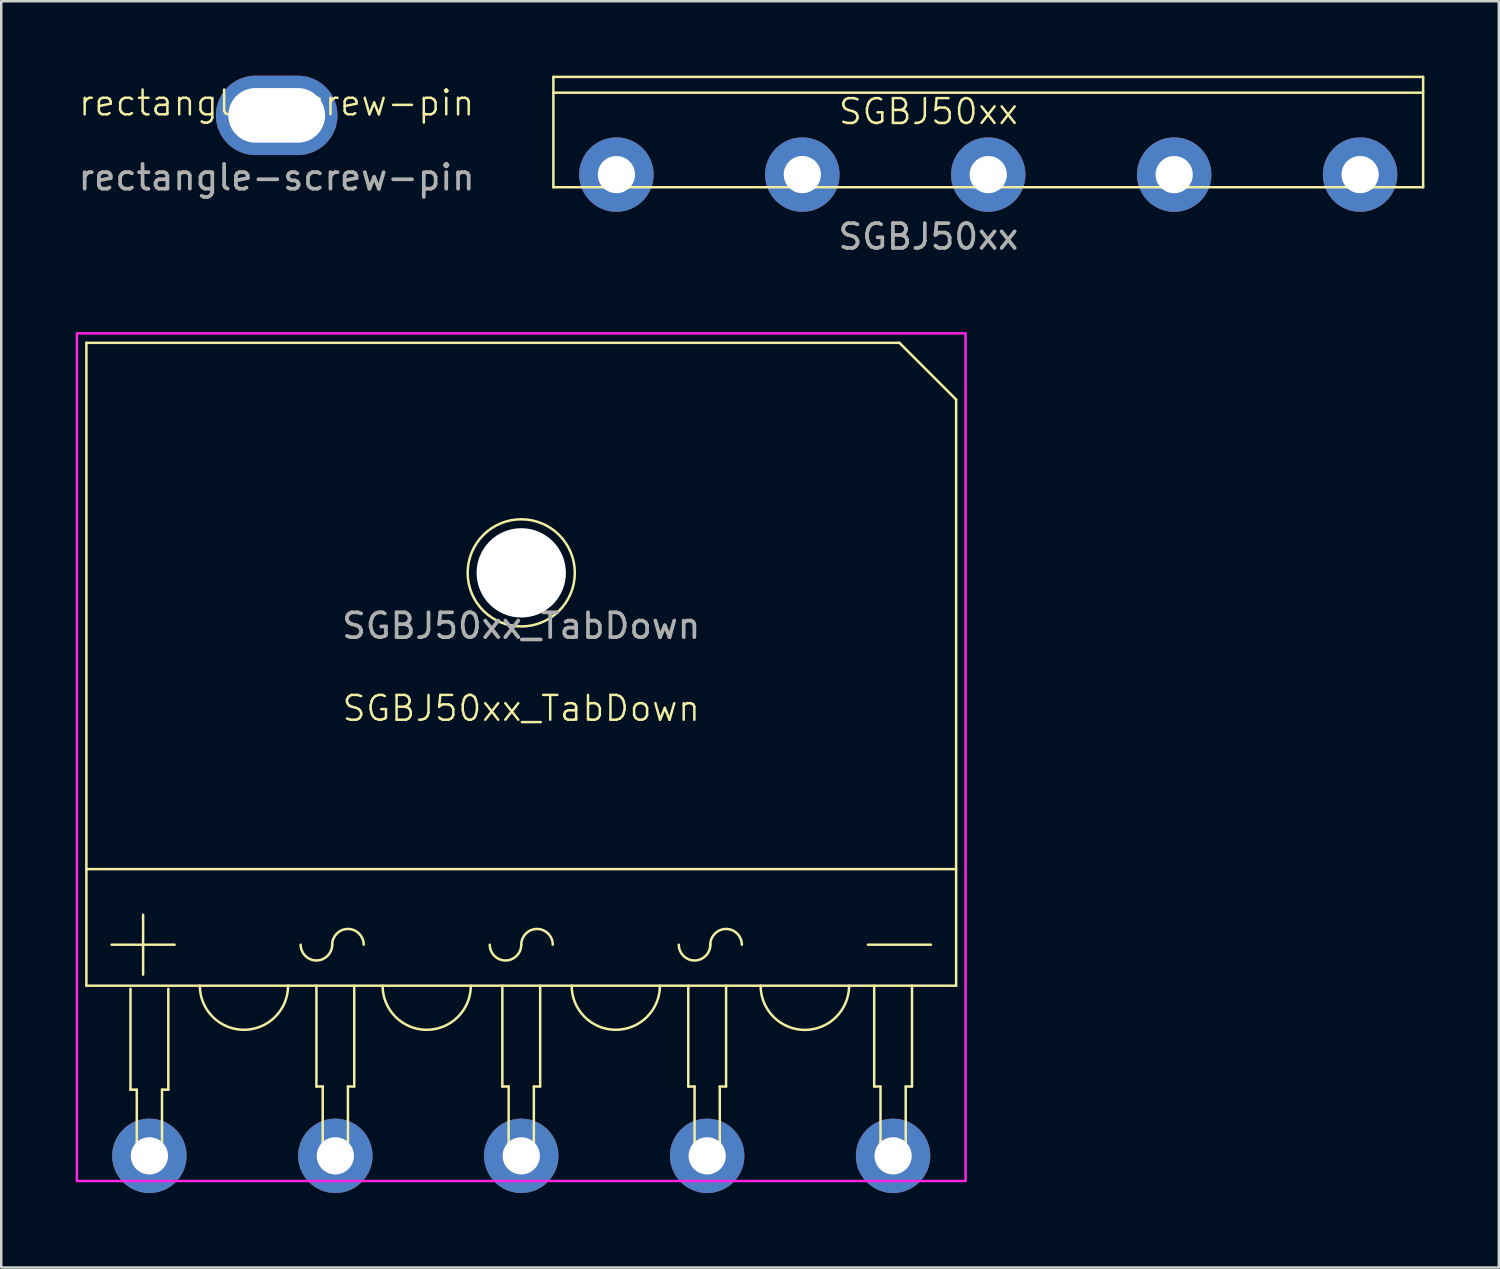
<source format=kicad_pcb>
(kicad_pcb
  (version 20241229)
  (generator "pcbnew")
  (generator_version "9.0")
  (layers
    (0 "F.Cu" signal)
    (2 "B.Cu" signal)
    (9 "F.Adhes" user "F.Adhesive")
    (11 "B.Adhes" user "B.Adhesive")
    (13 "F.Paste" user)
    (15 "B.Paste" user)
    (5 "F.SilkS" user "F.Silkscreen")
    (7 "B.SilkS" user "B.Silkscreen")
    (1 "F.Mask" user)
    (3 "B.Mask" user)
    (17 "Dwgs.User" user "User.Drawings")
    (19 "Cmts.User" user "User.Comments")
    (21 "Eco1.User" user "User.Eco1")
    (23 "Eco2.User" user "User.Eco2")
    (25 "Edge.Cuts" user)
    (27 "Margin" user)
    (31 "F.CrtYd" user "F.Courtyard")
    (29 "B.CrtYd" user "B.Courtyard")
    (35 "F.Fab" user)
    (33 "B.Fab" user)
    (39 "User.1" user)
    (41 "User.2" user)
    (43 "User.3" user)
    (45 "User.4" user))
  (footprint "SGBJ50xx"
    (layer "F.Cu")
    (at 36.778 3.987)
    (property "Reference" "SGBJ50xx" (at -2.413 -2.54 0) (unlocked yes) (layer "F.SilkS") (effects (font (size 1 1) (thickness 0.1))))
    (attr through_hole)
    (fp_line (start -17.526 -3.937) (end -17.526 0.508) (stroke (width 0.1) (type default)) (layer "F.SilkS"))
    (fp_line (start -17.526 -3.937) (end 17.526 -3.937) (stroke (width 0.1) (type default)) (layer "F.SilkS"))
    (fp_line (start -17.526 -3.302) (end 17.526 -3.302) (stroke (width 0.1) (type default)) (layer "F.SilkS"))
    (fp_line (start -17.526 0.508) (end 17.526 0.508) (stroke (width 0.1) (type default)) (layer "F.SilkS"))
    (fp_line (start 17.526 -3.937) (end 17.526 0.508) (stroke (width 0.1) (type default)) (layer "F.SilkS"))
    (fp_text user "${REFERENCE}" (at -2.413 2.5 0) (unlocked yes) (layer "F.Fab") (effects (font (size 1 1) (thickness 0.15))))
    (pad "1" thru_hole circle (at -14.986 0) (size 3 3) (drill 1.5) (layers "*.Cu" "*.Mask"))
    (pad "2" thru_hole circle (at -7.493 0) (size 3 3) (drill 1.5) (layers "*.Cu" "*.Mask"))
    (pad "3" thru_hole circle (at 0 0) (size 3 3) (drill 1.5) (layers "*.Cu" "*.Mask"))
    (pad "4" thru_hole circle (at 7.493 0) (size 3 3) (drill 1.5) (layers "*.Cu" "*.Mask"))
    (pad "5" thru_hole circle (at 14.986 0) (size 3 3) (drill 1.5) (layers "*.Cu" "*.Mask")))
  (footprint "rectangle-screw-pin"
    (layer "F.Cu")
    (at 8.101 1.6)
    (property "Reference" "rectangle-screw-pin" (at 0 -0.5 0) (unlocked yes) (layer "F.SilkS") (effects (font (size 1 1) (thickness 0.1))))
    (attr through_hole)
    (fp_text user "${REFERENCE}" (at 0 2.5 0) (unlocked yes) (layer "F.Fab") (effects (font (size 1 1) (thickness 0.15))))
    (pad "1" thru_hole oval (at 0 0) (size 4.9 3.2) (drill oval 3.9 2.2) (layers "*.Cu" "*.Mask")))
  (footprint "SGBJ50xx_TabDown"
    (layer "F.Cu")
    (at 17.957 43.532)
    (property "Reference" "SGBJ50xx_TabDown" (at 0 -18.034 0) (unlocked yes) (layer "F.SilkS") (effects (font (size 1 1) (thickness 0.1))))
    (attr through_hole)
    (fp_line (start -17.526 -32.766) (end -17.526 -6.858) (stroke (width 0.1) (type default)) (layer "F.SilkS"))
    (fp_line (start -17.526 -32.766) (end 15.24 -32.766) (stroke (width 0.1) (type default)) (layer "F.SilkS"))
    (fp_line (start -17.526 -11.557) (end 17.526 -11.557) (stroke (width 0.1) (type default)) (layer "F.SilkS"))
    (fp_line (start -17.526 -6.858) (end 17.526 -6.858) (stroke (width 0.1) (type default)) (layer "F.SilkS"))
    (fp_line (start -16.51 -8.509) (end -13.97 -8.509) (stroke (width 0.1) (type default)) (layer "F.SilkS"))
    (fp_line (start -15.748 -2.667) (end -15.748 -6.731) (stroke (width 0.1) (type default)) (layer "F.SilkS"))
    (fp_line (start -15.748 -2.667) (end -15.494 -2.667) (stroke (width 0.1) (type default)) (layer "F.SilkS"))
    (fp_line (start -15.494 -2.667) (end -15.494 0.254) (stroke (width 0.1) (type default)) (layer "F.SilkS"))
    (fp_line (start -15.494 -0.254) (end -14.478 -0.254) (stroke (width 0.1) (type default)) (layer "F.SilkS"))
    (fp_line (start -15.494 0.254) (end -14.478 0.254) (stroke (width 0.1) (type default)) (layer "F.SilkS"))
    (fp_line (start -15.24 -9.716) (end -15.24 -7.303) (stroke (width 0.1) (type default)) (layer "F.SilkS"))
    (fp_line (start -14.478 -2.667) (end -14.478 0.254) (stroke (width 0.1) (type default)) (layer "F.SilkS"))
    (fp_line (start -14.224 -2.667) (end -14.478 -2.667) (stroke (width 0.1) (type default)) (layer "F.SilkS"))
    (fp_line (start -14.224 -2.667) (end -14.224 -6.731) (stroke (width 0.1) (type default)) (layer "F.SilkS"))
    (fp_line (start -8.255 -2.794) (end -8.255 -6.858) (stroke (width 0.1) (type default)) (layer "F.SilkS"))
    (fp_line (start -8.255 -2.794) (end -8.001 -2.794) (stroke (width 0.1) (type default)) (layer "F.SilkS"))
    (fp_line (start -8.001 -2.794) (end -8.001 0.127) (stroke (width 0.1) (type default)) (layer "F.SilkS"))
    (fp_line (start -8.001 -0.381) (end -6.985 -0.381) (stroke (width 0.1) (type default)) (layer "F.SilkS"))
    (fp_line (start -8.001 0.127) (end -6.985 0.127) (stroke (width 0.1) (type default)) (layer "F.SilkS"))
    (fp_line (start -6.985 -2.794) (end -6.985 0.127) (stroke (width 0.1) (type default)) (layer "F.SilkS"))
    (fp_line (start -6.731 -2.794) (end -6.985 -2.794) (stroke (width 0.1) (type default)) (layer "F.SilkS"))
    (fp_line (start -6.731 -2.794) (end -6.731 -6.858) (stroke (width 0.1) (type default)) (layer "F.SilkS"))
    (fp_line (start -0.762 -2.794) (end -0.762 -6.858) (stroke (width 0.1) (type default)) (layer "F.SilkS"))
    (fp_line (start -0.762 -2.794) (end -0.508 -2.794) (stroke (width 0.1) (type default)) (layer "F.SilkS"))
    (fp_line (start -0.508 -2.794) (end -0.508 0.127) (stroke (width 0.1) (type default)) (layer "F.SilkS"))
    (fp_line (start -0.508 -0.381) (end 0.508 -0.381) (stroke (width 0.1) (type default)) (layer "F.SilkS"))
    (fp_line (start -0.508 0.127) (end 0.508 0.127) (stroke (width 0.1) (type default)) (layer "F.SilkS"))
    (fp_line (start 0.508 -2.794) (end 0.508 0.127) (stroke (width 0.1) (type default)) (layer "F.SilkS"))
    (fp_line (start 0.762 -2.794) (end 0.508 -2.794) (stroke (width 0.1) (type default)) (layer "F.SilkS"))
    (fp_line (start 0.762 -2.794) (end 0.762 -6.858) (stroke (width 0.1) (type default)) (layer "F.SilkS"))
    (fp_line (start 6.731 -2.794) (end 6.731 -6.858) (stroke (width 0.1) (type default)) (layer "F.SilkS"))
    (fp_line (start 6.731 -2.794) (end 6.985 -2.794) (stroke (width 0.1) (type default)) (layer "F.SilkS"))
    (fp_line (start 6.985 -2.794) (end 6.985 0.127) (stroke (width 0.1) (type default)) (layer "F.SilkS"))
    (fp_line (start 6.985 -0.381) (end 8.001 -0.381) (stroke (width 0.1) (type default)) (layer "F.SilkS"))
    (fp_line (start 6.985 0.127) (end 8.001 0.127) (stroke (width 0.1) (type default)) (layer "F.SilkS"))
    (fp_line (start 8.001 -2.794) (end 8.001 0.127) (stroke (width 0.1) (type default)) (layer "F.SilkS"))
    (fp_line (start 8.255 -2.794) (end 8.001 -2.794) (stroke (width 0.1) (type default)) (layer "F.SilkS"))
    (fp_line (start 8.255 -2.794) (end 8.255 -6.858) (stroke (width 0.1) (type default)) (layer "F.SilkS"))
    (fp_line (start 13.97 -8.509) (end 16.51 -8.509) (stroke (width 0.1) (type default)) (layer "F.SilkS"))
    (fp_line (start 14.224 -2.794) (end 14.224 -6.858) (stroke (width 0.1) (type default)) (layer "F.SilkS"))
    (fp_line (start 14.224 -2.794) (end 14.478 -2.794) (stroke (width 0.1) (type default)) (layer "F.SilkS"))
    (fp_line (start 14.478 -2.794) (end 14.478 0.127) (stroke (width 0.1) (type default)) (layer "F.SilkS"))
    (fp_line (start 14.478 -0.381) (end 15.494 -0.381) (stroke (width 0.1) (type default)) (layer "F.SilkS"))
    (fp_line (start 14.478 0.127) (end 15.494 0.127) (stroke (width 0.1) (type default)) (layer "F.SilkS"))
    (fp_line (start 15.494 -2.794) (end 15.494 0.127) (stroke (width 0.1) (type default)) (layer "F.SilkS"))
    (fp_line (start 15.748 -2.794) (end 15.494 -2.794) (stroke (width 0.1) (type default)) (layer "F.SilkS"))
    (fp_line (start 15.748 -2.794) (end 15.748 -6.858) (stroke (width 0.1) (type default)) (layer "F.SilkS"))
    (fp_line (start 17.526 -30.48) (end 15.24 -32.766) (stroke (width 0.1) (type default)) (layer "F.SilkS"))
    (fp_line (start 17.526 -30.48) (end 17.526 -6.858) (stroke (width 0.1) (type default)) (layer "F.SilkS"))
    (fp_arc (start -9.398 -6.858) (mid -11.176 -5.08) (end -12.954 -6.858) (stroke (width 0.1) (type default)) (layer "F.SilkS"))
    (fp_arc (start -7.62 -8.509) (mid -8.255 -7.874) (end -8.89 -8.509) (stroke (width 0.1) (type default)) (layer "F.SilkS"))
    (fp_arc (start -7.62 -8.509) (mid -6.985 -9.144) (end -6.35 -8.509) (stroke (width 0.1) (type default)) (layer "F.SilkS"))
    (fp_arc (start -2.032 -6.858) (mid -3.81 -5.08) (end -5.588 -6.858) (stroke (width 0.1) (type default)) (layer "F.SilkS"))
    (fp_arc (start 0 -8.509) (mid -0.635 -7.874) (end -1.27 -8.509) (stroke (width 0.1) (type default)) (layer "F.SilkS"))
    (fp_arc (start 0 -8.509) (mid 0.635 -9.144) (end 1.27 -8.509) (stroke (width 0.1) (type default)) (layer "F.SilkS"))
    (fp_arc (start 5.588 -6.858) (mid 3.81 -5.08) (end 2.032 -6.858) (stroke (width 0.1) (type default)) (layer "F.SilkS"))
    (fp_arc (start 7.62 -8.509) (mid 6.985 -7.874) (end 6.35 -8.509) (stroke (width 0.1) (type default)) (layer "F.SilkS"))
    (fp_arc (start 7.62 -8.509) (mid 8.255 -9.144) (end 8.89 -8.509) (stroke (width 0.1) (type default)) (layer "F.SilkS"))
    (fp_arc (start 13.212529 -6.858) (mid 11.43 -5.075471) (end 9.647471 -6.858) (stroke (width 0.1) (type default)) (layer "F.SilkS"))
    (fp_circle (center 0 -23.495) (end 0 -21.336) (stroke (width 0.1) (type default)) (fill no) (layer "F.SilkS"))
    (fp_rect (start -17.907 -33.147) (end 17.907 1.016) (stroke (width 0.1) (type default)) (fill no) (layer "F.CrtYd"))
    (fp_text user "${REFERENCE}" (at 0 -21.36 0) (unlocked yes) (layer "F.Fab") (effects (font (size 1 1) (thickness 0.15))))
    (pad "" np_thru_hole circle (at 0 -23.495) (size 3.6 3.6) (drill 3.6) (layers "*.Cu" "*.Mask"))
    (pad "1" thru_hole circle (at -14.986 0) (size 3 3) (drill 1.5) (layers "*.Cu" "*.Mask"))
    (pad "2" thru_hole circle (at -7.493 0) (size 3 3) (drill 1.5) (layers "*.Cu" "*.Mask"))
    (pad "3" thru_hole circle (at 0 0) (size 3 3) (drill 1.5) (layers "*.Cu" "*.Mask"))
    (pad "4" thru_hole circle (at 7.493 0) (size 3 3) (drill 1.5) (layers "*.Cu" "*.Mask"))
    (pad "5" thru_hole circle (at 14.986 0) (size 3 3) (drill 1.5) (layers "*.Cu" "*.Mask")))
  (gr_rect
    (start -3 -3)
    (end 57.354 48.032)
    (stroke (width 0.1) (type default))
    (fill no)
    (layer "Edge.Cuts")))
</source>
